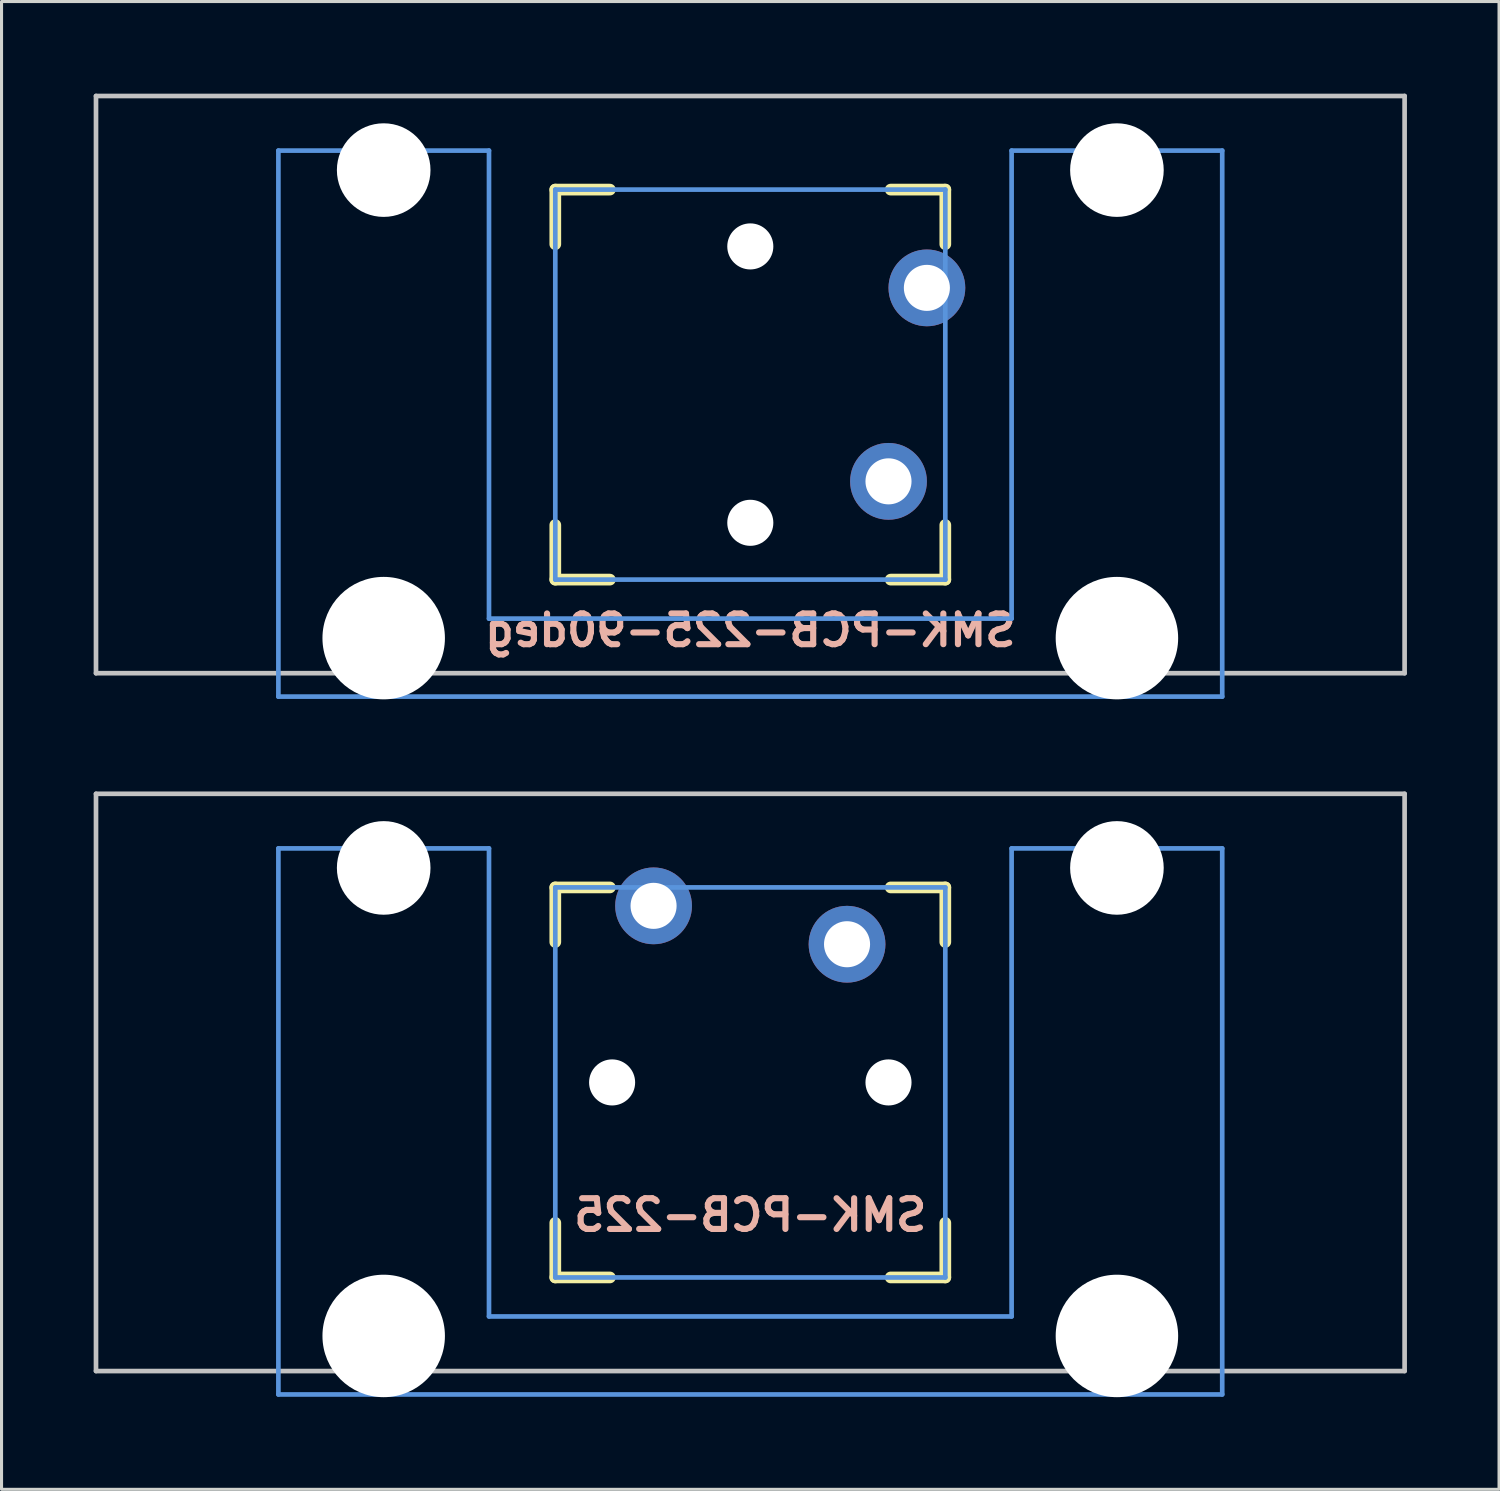
<source format=kicad_pcb>
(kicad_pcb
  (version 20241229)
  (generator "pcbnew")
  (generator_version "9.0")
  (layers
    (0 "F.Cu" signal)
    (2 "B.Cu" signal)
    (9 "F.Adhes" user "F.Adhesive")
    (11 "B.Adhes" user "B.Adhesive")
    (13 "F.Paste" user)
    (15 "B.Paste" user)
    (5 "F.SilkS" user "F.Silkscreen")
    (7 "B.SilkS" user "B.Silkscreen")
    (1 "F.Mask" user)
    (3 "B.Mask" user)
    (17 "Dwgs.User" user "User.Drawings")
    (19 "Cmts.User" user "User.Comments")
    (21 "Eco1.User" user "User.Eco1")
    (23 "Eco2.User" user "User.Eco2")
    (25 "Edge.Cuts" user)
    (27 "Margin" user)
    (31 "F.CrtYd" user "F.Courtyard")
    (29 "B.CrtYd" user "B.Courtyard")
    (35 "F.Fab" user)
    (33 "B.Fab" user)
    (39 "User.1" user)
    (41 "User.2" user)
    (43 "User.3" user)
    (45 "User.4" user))
  (footprint "SMK-PCB-225-90deg"
    (layer "F.Cu")
    (at 21.382 9.474)
    (property "Reference" "SMK-PCB-225-90deg" (at 0 8 0) (layer "B.SilkS") (effects (font (size 1 1) (thickness 0.2)) (justify mirror)))
    (attr through_hole)
    (fp_line (start -6.35 -6.35) (end -4.572 -6.35) (stroke (width 0.381) (type solid)) (layer "F.SilkS"))
    (fp_line (start -6.35 -4.572) (end -6.35 -6.35) (stroke (width 0.381) (type solid)) (layer "F.SilkS"))
    (fp_line (start -6.35 6.35) (end -6.35 4.572) (stroke (width 0.381) (type solid)) (layer "F.SilkS"))
    (fp_line (start -4.572 6.35) (end -6.35 6.35) (stroke (width 0.381) (type solid)) (layer "F.SilkS"))
    (fp_line (start 4.572 -6.35) (end 6.35 -6.35) (stroke (width 0.381) (type solid)) (layer "F.SilkS"))
    (fp_line (start 6.35 -6.35) (end 6.35 -4.572) (stroke (width 0.381) (type solid)) (layer "F.SilkS"))
    (fp_line (start 6.35 4.572) (end 6.35 6.35) (stroke (width 0.381) (type solid)) (layer "F.SilkS"))
    (fp_line (start 6.35 6.35) (end 4.572 6.35) (stroke (width 0.381) (type solid)) (layer "F.SilkS"))
    (fp_line (start -21.306 -9.398) (end 21.306 -9.398) (stroke (width 0.152) (type solid)) (layer "Dwgs.User"))
    (fp_line (start -21.306 9.398) (end -21.306 -9.398) (stroke (width 0.152) (type solid)) (layer "Dwgs.User"))
    (fp_line (start 21.306 -9.398) (end 21.306 9.398) (stroke (width 0.152) (type solid)) (layer "Dwgs.User"))
    (fp_line (start 21.306 9.398) (end -21.306 9.398) (stroke (width 0.152) (type solid)) (layer "Dwgs.User"))
    (fp_line (start -15.367 -7.62) (end -15.367 10.16) (stroke (width 0.152) (type solid)) (layer "Cmts.User"))
    (fp_line (start -15.367 10.16) (end 15.367 10.16) (stroke (width 0.152) (type solid)) (layer "Cmts.User"))
    (fp_line (start -8.509 -7.62) (end -15.367 -7.62) (stroke (width 0.152) (type solid)) (layer "Cmts.User"))
    (fp_line (start -8.509 7.62) (end -8.509 -7.62) (stroke (width 0.152) (type solid)) (layer "Cmts.User"))
    (fp_line (start -6.35 -6.35) (end 6.35 -6.35) (stroke (width 0.152) (type solid)) (layer "Cmts.User"))
    (fp_line (start -6.35 6.35) (end -6.35 -6.35) (stroke (width 0.152) (type solid)) (layer "Cmts.User"))
    (fp_line (start 6.35 -6.35) (end 6.35 6.35) (stroke (width 0.152) (type solid)) (layer "Cmts.User"))
    (fp_line (start 6.35 6.35) (end -6.35 6.35) (stroke (width 0.152) (type solid)) (layer "Cmts.User"))
    (fp_line (start 8.509 -7.62) (end 8.509 7.62) (stroke (width 0.152) (type solid)) (layer "Cmts.User"))
    (fp_line (start 8.509 7.62) (end -8.509 7.62) (stroke (width 0.152) (type solid)) (layer "Cmts.User"))
    (fp_line (start 15.367 -7.62) (end 8.509 -7.62) (stroke (width 0.152) (type solid)) (layer "Cmts.User"))
    (fp_line (start 15.367 10.16) (end 15.367 -7.62) (stroke (width 0.152) (type solid)) (layer "Cmts.User"))
    (fp_line (start -16.129 -2.286) (end -15.265 -2.286) (stroke (width 0.152) (type solid)) (layer "Eco2.User"))
    (fp_line (start -16.129 0.508) (end -16.129 -2.286) (stroke (width 0.152) (type solid)) (layer "Eco2.User"))
    (fp_line (start -15.265 -5.69) (end -8.611 -5.69) (stroke (width 0.152) (type solid)) (layer "Eco2.User"))
    (fp_line (start -15.265 -2.286) (end -15.265 -5.69) (stroke (width 0.152) (type solid)) (layer "Eco2.User"))
    (fp_line (start -15.265 0.508) (end -16.129 0.508) (stroke (width 0.152) (type solid)) (layer "Eco2.User"))
    (fp_line (start -15.265 6.604) (end -15.265 0.508) (stroke (width 0.152) (type solid)) (layer "Eco2.User"))
    (fp_line (start -14.224 6.604) (end -15.265 6.604) (stroke (width 0.152) (type solid)) (layer "Eco2.User"))
    (fp_line (start -14.224 7.772) (end -14.224 6.604) (stroke (width 0.152) (type solid)) (layer "Eco2.User"))
    (fp_line (start -9.652 6.604) (end -9.652 7.772) (stroke (width 0.152) (type solid)) (layer "Eco2.User"))
    (fp_line (start -9.652 7.772) (end -14.224 7.772) (stroke (width 0.152) (type solid)) (layer "Eco2.User"))
    (fp_line (start -8.611 -5.69) (end -8.611 -4.877) (stroke (width 0.152) (type solid)) (layer "Eco2.User"))
    (fp_line (start -8.611 5.817) (end -8.611 6.604) (stroke (width 0.152) (type solid)) (layer "Eco2.User"))
    (fp_line (start -8.611 6.604) (end -9.652 6.604) (stroke (width 0.152) (type solid)) (layer "Eco2.User"))
    (fp_line (start -7.75 -6.4) (end -6.985 -6.4) (stroke (width 0.152) (type solid)) (layer "Eco2.User"))
    (fp_line (start -7.75 6.4) (end -6.985 6.4) (stroke (width 0.152) (type solid)) (layer "Eco2.User"))
    (fp_line (start -6.985 6.985) (end -6.985 -6.985) (stroke (width 0.152) (type solid)) (layer "Eco2.User"))
    (fp_line (start -6.985 6.985) (end -6.985 -6.985) (stroke (width 0.152) (type solid)) (layer "Eco2.User"))
    (fp_line (start -6.985 6.985) (end -6.4 6.985) (stroke (width 0.152) (type solid)) (layer "Eco2.User"))
    (fp_line (start -6.4 -6.985) (end -6.985 -6.985) (stroke (width 0.152) (type solid)) (layer "Eco2.User"))
    (fp_line (start 6.4 -6.985) (end 6.985 -6.985) (stroke (width 0.152) (type solid)) (layer "Eco2.User"))
    (fp_line (start 6.4 6.985) (end 6.985 6.985) (stroke (width 0.152) (type solid)) (layer "Eco2.User"))
    (fp_line (start 6.985 -6.985) (end 6.985 6.985) (stroke (width 0.152) (type solid)) (layer "Eco2.User"))
    (fp_line (start 6.985 -6.985) (end 6.985 6.985) (stroke (width 0.152) (type solid)) (layer "Eco2.User"))
    (fp_line (start 6.985 6.4) (end 7.75 6.4) (stroke (width 0.152) (type solid)) (layer "Eco2.User"))
    (fp_line (start 7.75 -6.4) (end 6.985 -6.4) (stroke (width 0.152) (type solid)) (layer "Eco2.User"))
    (fp_line (start 8.611 -5.69) (end 15.265 -5.69) (stroke (width 0.152) (type solid)) (layer "Eco2.User"))
    (fp_line (start 8.611 -4.877) (end 8.611 -5.69) (stroke (width 0.152) (type solid)) (layer "Eco2.User"))
    (fp_line (start 8.611 6.604) (end 8.611 5.817) (stroke (width 0.152) (type solid)) (layer "Eco2.User"))
    (fp_line (start 9.652 6.604) (end 8.611 6.604) (stroke (width 0.152) (type solid)) (layer "Eco2.User"))
    (fp_line (start 9.652 7.772) (end 9.652 6.604) (stroke (width 0.152) (type solid)) (layer "Eco2.User"))
    (fp_line (start 14.224 6.604) (end 14.224 7.772) (stroke (width 0.152) (type solid)) (layer "Eco2.User"))
    (fp_line (start 14.224 7.772) (end 9.652 7.772) (stroke (width 0.152) (type solid)) (layer "Eco2.User"))
    (fp_line (start 15.265 -5.69) (end 15.265 -2.286) (stroke (width 0.152) (type solid)) (layer "Eco2.User"))
    (fp_line (start 15.265 -2.286) (end 16.129 -2.286) (stroke (width 0.152) (type solid)) (layer "Eco2.User"))
    (fp_line (start 15.265 0.508) (end 15.265 6.604) (stroke (width 0.152) (type solid)) (layer "Eco2.User"))
    (fp_line (start 15.265 6.604) (end 14.224 6.604) (stroke (width 0.152) (type solid)) (layer "Eco2.User"))
    (fp_line (start 16.129 -2.286) (end 16.129 0.508) (stroke (width 0.152) (type solid)) (layer "Eco2.User"))
    (fp_line (start 16.129 0.508) (end 15.265 0.508) (stroke (width 0.152) (type solid)) (layer "Eco2.User"))
    (pad "" np_thru_hole circle (at -11.938 -6.985) (size 3.048 3.048) (drill 3.048) (layers "*.Cu"))
    (pad "" np_thru_hole circle (at -11.938 8.255) (size 3.988 3.988) (drill 3.988) (layers "*.Cu"))
    (pad "" np_thru_hole circle (at 0 -4.5 270) (size 1.5 1.5) (drill 1.5) (layers "*.Cu" "*.Mask"))
    (pad "" np_thru_hole circle (at 0 4.5 270) (size 1.5 1.5) (drill 1.5) (layers "*.Cu" "*.Mask"))
    (pad "" np_thru_hole circle (at 11.938 -6.985) (size 3.048 3.048) (drill 3.048) (layers "*.Cu"))
    (pad "" np_thru_hole circle (at 11.938 8.255) (size 3.988 3.988) (drill 3.988) (layers "*.Cu"))
    (pad "1" thru_hole circle (at 5.75 -3.15 270) (size 2.5 2.5) (drill 1.5) (layers "*.Cu" "*.Mask"))
    (pad "2" thru_hole circle (at 4.5 3.15 270) (size 2.5 2.5) (drill 1.5) (layers "*.Cu" "*.Mask")))
  (footprint "SMK-PCB-225"
    (layer "F.Cu")
    (at 21.382 32.197)
    (property "Reference" "SMK-PCB-225" (at 0 4.318 0) (layer "B.SilkS") (effects (font (size 1 1) (thickness 0.2)) (justify mirror)))
    (attr through_hole)
    (fp_line (start -6.35 -6.35) (end -4.572 -6.35) (stroke (width 0.381) (type solid)) (layer "F.SilkS"))
    (fp_line (start -6.35 -4.572) (end -6.35 -6.35) (stroke (width 0.381) (type solid)) (layer "F.SilkS"))
    (fp_line (start -6.35 6.35) (end -6.35 4.572) (stroke (width 0.381) (type solid)) (layer "F.SilkS"))
    (fp_line (start -4.572 6.35) (end -6.35 6.35) (stroke (width 0.381) (type solid)) (layer "F.SilkS"))
    (fp_line (start 4.572 -6.35) (end 6.35 -6.35) (stroke (width 0.381) (type solid)) (layer "F.SilkS"))
    (fp_line (start 6.35 -6.35) (end 6.35 -4.572) (stroke (width 0.381) (type solid)) (layer "F.SilkS"))
    (fp_line (start 6.35 4.572) (end 6.35 6.35) (stroke (width 0.381) (type solid)) (layer "F.SilkS"))
    (fp_line (start 6.35 6.35) (end 4.572 6.35) (stroke (width 0.381) (type solid)) (layer "F.SilkS"))
    (fp_line (start -21.306 -9.398) (end 21.306 -9.398) (stroke (width 0.152) (type solid)) (layer "Dwgs.User"))
    (fp_line (start -21.306 9.398) (end -21.306 -9.398) (stroke (width 0.152) (type solid)) (layer "Dwgs.User"))
    (fp_line (start 21.306 -9.398) (end 21.306 9.398) (stroke (width 0.152) (type solid)) (layer "Dwgs.User"))
    (fp_line (start 21.306 9.398) (end -21.306 9.398) (stroke (width 0.152) (type solid)) (layer "Dwgs.User"))
    (fp_line (start -15.367 -7.62) (end -15.367 10.16) (stroke (width 0.152) (type solid)) (layer "Cmts.User"))
    (fp_line (start -15.367 10.16) (end 15.367 10.16) (stroke (width 0.152) (type solid)) (layer "Cmts.User"))
    (fp_line (start -8.509 -7.62) (end -15.367 -7.62) (stroke (width 0.152) (type solid)) (layer "Cmts.User"))
    (fp_line (start -8.509 7.62) (end -8.509 -7.62) (stroke (width 0.152) (type solid)) (layer "Cmts.User"))
    (fp_line (start -6.35 -6.35) (end 6.35 -6.35) (stroke (width 0.152) (type solid)) (layer "Cmts.User"))
    (fp_line (start -6.35 6.35) (end -6.35 -6.35) (stroke (width 0.152) (type solid)) (layer "Cmts.User"))
    (fp_line (start 6.35 -6.35) (end 6.35 6.35) (stroke (width 0.152) (type solid)) (layer "Cmts.User"))
    (fp_line (start 6.35 6.35) (end -6.35 6.35) (stroke (width 0.152) (type solid)) (layer "Cmts.User"))
    (fp_line (start 8.509 -7.62) (end 8.509 7.62) (stroke (width 0.152) (type solid)) (layer "Cmts.User"))
    (fp_line (start 8.509 7.62) (end -8.509 7.62) (stroke (width 0.152) (type solid)) (layer "Cmts.User"))
    (fp_line (start 15.367 -7.62) (end 8.509 -7.62) (stroke (width 0.152) (type solid)) (layer "Cmts.User"))
    (fp_line (start 15.367 10.16) (end 15.367 -7.62) (stroke (width 0.152) (type solid)) (layer "Cmts.User"))
    (fp_line (start -16.129 -2.286) (end -15.265 -2.286) (stroke (width 0.152) (type solid)) (layer "Eco2.User"))
    (fp_line (start -16.129 0.508) (end -16.129 -2.286) (stroke (width 0.152) (type solid)) (layer "Eco2.User"))
    (fp_line (start -15.265 -5.69) (end -8.611 -5.69) (stroke (width 0.152) (type solid)) (layer "Eco2.User"))
    (fp_line (start -15.265 -2.286) (end -15.265 -5.69) (stroke (width 0.152) (type solid)) (layer "Eco2.User"))
    (fp_line (start -15.265 0.508) (end -16.129 0.508) (stroke (width 0.152) (type solid)) (layer "Eco2.User"))
    (fp_line (start -15.265 6.604) (end -15.265 0.508) (stroke (width 0.152) (type solid)) (layer "Eco2.User"))
    (fp_line (start -14.224 6.604) (end -15.265 6.604) (stroke (width 0.152) (type solid)) (layer "Eco2.User"))
    (fp_line (start -14.224 7.772) (end -14.224 6.604) (stroke (width 0.152) (type solid)) (layer "Eco2.User"))
    (fp_line (start -9.652 6.604) (end -9.652 7.772) (stroke (width 0.152) (type solid)) (layer "Eco2.User"))
    (fp_line (start -9.652 7.772) (end -14.224 7.772) (stroke (width 0.152) (type solid)) (layer "Eco2.User"))
    (fp_line (start -8.611 -5.69) (end -8.611 -4.877) (stroke (width 0.152) (type solid)) (layer "Eco2.User"))
    (fp_line (start -8.611 5.817) (end -8.611 6.604) (stroke (width 0.152) (type solid)) (layer "Eco2.User"))
    (fp_line (start -8.611 6.604) (end -9.652 6.604) (stroke (width 0.152) (type solid)) (layer "Eco2.User"))
    (fp_line (start -7.75 -6.4) (end -6.985 -6.4) (stroke (width 0.152) (type solid)) (layer "Eco2.User"))
    (fp_line (start -7.75 6.4) (end -6.985 6.4) (stroke (width 0.152) (type solid)) (layer "Eco2.User"))
    (fp_line (start -6.985 -6.985) (end 6.985 -6.985) (stroke (width 0.152) (type solid)) (layer "Eco2.User"))
    (fp_line (start -6.985 -6.985) (end 6.985 -6.985) (stroke (width 0.152) (type solid)) (layer "Eco2.User"))
    (fp_line (start -6.985 -6.4) (end -6.985 -6.985) (stroke (width 0.152) (type solid)) (layer "Eco2.User"))
    (fp_line (start -6.985 6.4) (end -6.985 6.985) (stroke (width 0.152) (type solid)) (layer "Eco2.User"))
    (fp_line (start 6.985 -6.4) (end 6.985 -6.985) (stroke (width 0.152) (type solid)) (layer "Eco2.User"))
    (fp_line (start 6.985 6.4) (end 7.75 6.4) (stroke (width 0.152) (type solid)) (layer "Eco2.User"))
    (fp_line (start 6.985 6.985) (end -6.985 6.985) (stroke (width 0.152) (type solid)) (layer "Eco2.User"))
    (fp_line (start 6.985 6.985) (end -6.985 6.985) (stroke (width 0.152) (type solid)) (layer "Eco2.User"))
    (fp_line (start 6.985 6.985) (end 6.985 6.4) (stroke (width 0.152) (type solid)) (layer "Eco2.User"))
    (fp_line (start 7.75 -6.4) (end 6.985 -6.4) (stroke (width 0.152) (type solid)) (layer "Eco2.User"))
    (fp_line (start 8.611 -5.69) (end 15.265 -5.69) (stroke (width 0.152) (type solid)) (layer "Eco2.User"))
    (fp_line (start 8.611 -4.877) (end 8.611 -5.69) (stroke (width 0.152) (type solid)) (layer "Eco2.User"))
    (fp_line (start 8.611 6.604) (end 8.611 5.817) (stroke (width 0.152) (type solid)) (layer "Eco2.User"))
    (fp_line (start 9.652 6.604) (end 8.611 6.604) (stroke (width 0.152) (type solid)) (layer "Eco2.User"))
    (fp_line (start 9.652 7.772) (end 9.652 6.604) (stroke (width 0.152) (type solid)) (layer "Eco2.User"))
    (fp_line (start 14.224 6.604) (end 14.224 7.772) (stroke (width 0.152) (type solid)) (layer "Eco2.User"))
    (fp_line (start 14.224 7.772) (end 9.652 7.772) (stroke (width 0.152) (type solid)) (layer "Eco2.User"))
    (fp_line (start 15.265 -5.69) (end 15.265 -2.286) (stroke (width 0.152) (type solid)) (layer "Eco2.User"))
    (fp_line (start 15.265 -2.286) (end 16.129 -2.286) (stroke (width 0.152) (type solid)) (layer "Eco2.User"))
    (fp_line (start 15.265 0.508) (end 15.265 6.604) (stroke (width 0.152) (type solid)) (layer "Eco2.User"))
    (fp_line (start 15.265 6.604) (end 14.224 6.604) (stroke (width 0.152) (type solid)) (layer "Eco2.User"))
    (fp_line (start 16.129 -2.286) (end 16.129 0.508) (stroke (width 0.152) (type solid)) (layer "Eco2.User"))
    (fp_line (start 16.129 0.508) (end 15.265 0.508) (stroke (width 0.152) (type solid)) (layer "Eco2.User"))
    (pad "" np_thru_hole circle (at -11.938 -6.985) (size 3.048 3.048) (drill 3.048) (layers "*.Cu"))
    (pad "" np_thru_hole circle (at -11.938 8.255) (size 3.988 3.988) (drill 3.988) (layers "*.Cu"))
    (pad "" np_thru_hole circle (at -4.5 0) (size 1.5 1.5) (drill 1.5) (layers "*.Cu" "*.Mask"))
    (pad "" np_thru_hole circle (at 4.5 0) (size 1.5 1.5) (drill 1.5) (layers "*.Cu" "*.Mask"))
    (pad "" np_thru_hole circle (at 11.938 -6.985) (size 3.048 3.048) (drill 3.048) (layers "*.Cu"))
    (pad "" np_thru_hole circle (at 11.938 8.255) (size 3.988 3.988) (drill 3.988) (layers "*.Cu"))
    (pad "1" thru_hole circle (at -3.15 -5.75) (size 2.5 2.5) (drill 1.5) (layers "*.Cu" "*.Mask"))
    (pad "2" thru_hole circle (at 3.15 -4.5) (size 2.5 2.5) (drill 1.5) (layers "*.Cu" "*.Mask")))
  (gr_rect
    (start -3 -3)
    (end 45.763 45.446)
    (stroke (width 0.1) (type default))
    (fill no)
    (layer "Edge.Cuts")))
</source>
